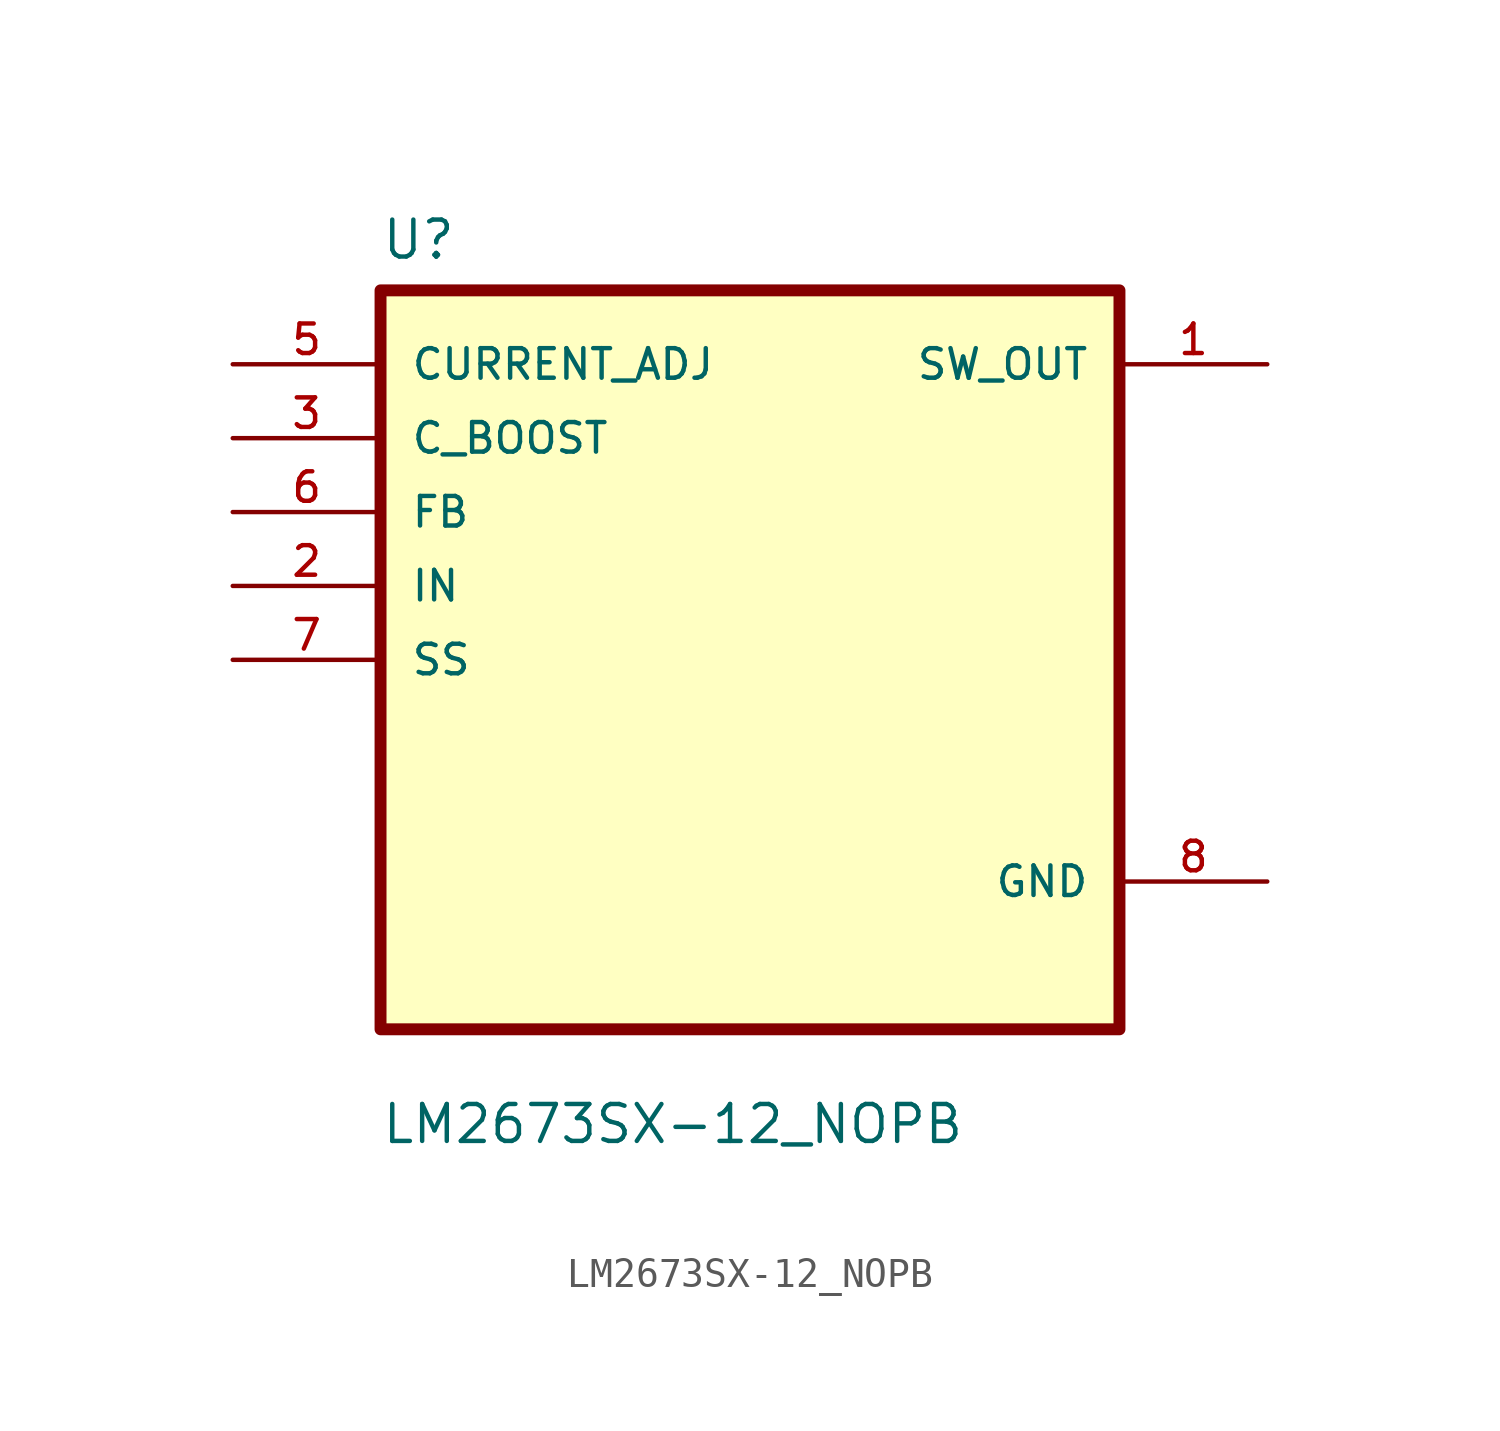
<source format=kicad_sym>
(kicad_symbol_lib
  (version 20211014)
  (generator kicad_symbol_editor)
  (symbol "LM2673SX-12_NOPB"
    (pin_names
      (offset 1.016))
    (property "Reference" "U"
      (at -12.7 13.7 0.0)
      (effects (font (size 1.27 1.27)) (justify bottom left)))
    (property "Value" "LM2673SX-12_NOPB"
      (at -12.7 -16.7 0.0)
      (effects (font (size 1.27 1.27)) (justify bottom left)))
    (symbol "LM2673SX-12_NOPB_0_0"
      (rectangle (start -12.7 -12.7) (end 12.7 12.7) (stroke (width 0.41)) (fill (type background)))
      (pin input line (at -17.78 10.16 0) (length 5.08) (name "CURRENT_ADJ" (effects (font (size 1.016 1.016)))) (number "5" (effects (font (size 1.016 1.016)))))
      (pin input line (at -17.78 7.62 0) (length 5.08) (name "C_BOOST" (effects (font (size 1.016 1.016)))) (number "3" (effects (font (size 1.016 1.016)))))
      (pin input line (at -17.78 5.08 0) (length 5.08) (name "FB" (effects (font (size 1.016 1.016)))) (number "6" (effects (font (size 1.016 1.016)))))
      (pin input line (at -17.78 2.54 0) (length 5.08) (name "IN" (effects (font (size 1.016 1.016)))) (number "2" (effects (font (size 1.016 1.016)))))
      (pin input line (at -17.78 0.0 0) (length 5.08) (name "SS" (effects (font (size 1.016 1.016)))) (number "7" (effects (font (size 1.016 1.016)))))
      (pin output line (at 17.78 10.16 180.0) (length 5.08) (name "SW_OUT" (effects (font (size 1.016 1.016)))) (number "1" (effects (font (size 1.016 1.016)))))
      (pin power_in line (at 17.78 -7.62 180.0) (length 5.08) (name "GND" (effects (font (size 1.016 1.016)))) (number "8" (effects (font (size 1.016 1.016)))))
      (pin power_in line (at 17.78 -7.62 180.0) (length 5.08) hide (name "GND" (effects (font (size 1.016 1.016)))) (number "4" (effects (font (size 1.016 1.016))))))))
</source>
